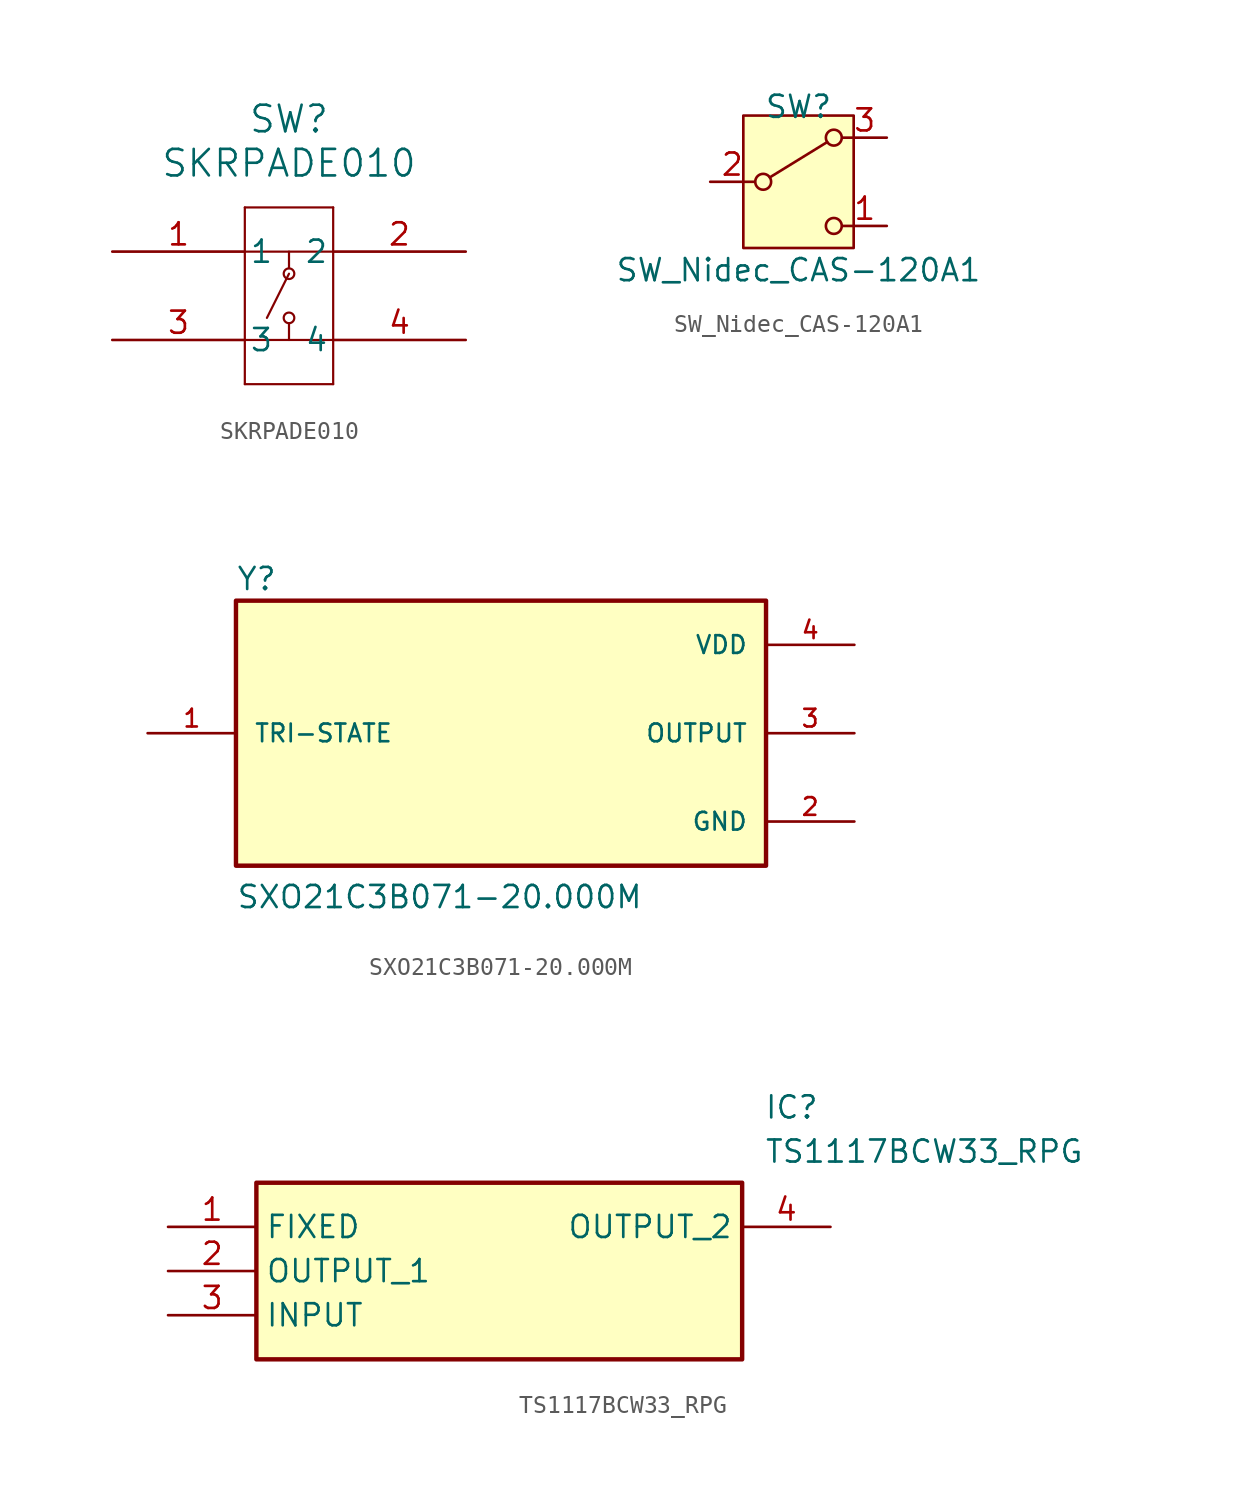
<source format=kicad_sym>
(kicad_symbol_lib
  (version 20220914)
  (generator kicad_symbol_editor)
  (symbol "SKRPADE010"
    (pin_names
      (offset 0.254))
    (property "Reference" "SW"
      (at 10.16 7.62 0)
      (effects (font (size 1.524 1.524))))
    (property "Value" "SKRPADE010"
      (at 10.16 5.08 0)
      (effects (font (size 1.524 1.524))))
    (property "ki_locked" ""
      (at 0 0 0)
      (effects (font (size 1.27 1.27))))
    (symbol "SKRPADE010_0_1"
      (polyline (pts (xy 7.62 -7.62) (xy 12.7 -7.62)) (stroke (width 0.127) (type default)) (fill (type none)))
      (polyline (pts (xy 7.62 -5.08) (xy 12.7 -5.08)) (stroke (width 0.127) (type default)) (fill (type none)))
      (polyline (pts (xy 7.62 0) (xy 12.7 0)) (stroke (width 0.127) (type default)) (fill (type none)))
      (polyline (pts (xy 7.62 2.54) (xy 7.62 -7.62)) (stroke (width 0.127) (type default)) (fill (type none)))
      (polyline (pts (xy 10.16 -4.115) (xy 10.16 -5.08)) (stroke (width 0.127) (type default)) (fill (type none)))
      (polyline (pts (xy 10.16 -1.27) (xy 8.89 -3.81)) (stroke (width 0.127) (type default)) (fill (type none)))
      (polyline (pts (xy 10.16 0) (xy 10.16 -0.953)) (stroke (width 0.127) (type default)) (fill (type none)))
      (polyline (pts (xy 12.7 -7.62) (xy 12.7 2.54)) (stroke (width 0.127) (type default)) (fill (type none)))
      (polyline (pts (xy 12.7 2.54) (xy 7.62 2.54)) (stroke (width 0.127) (type default)) (fill (type none)))
      (circle (center 10.16 -3.81) (radius 0.305) (stroke (width 0.127) (type default)) (fill (type none)))
      (circle (center 10.16 -1.27) (radius 0.305) (stroke (width 0.127) (type default)) (fill (type none)))
      (pin unspecified line (at 0 0 0) (length 7.62) (name "1" (effects (font (size 1.27 1.27)))) (number "1" (effects (font (size 1.27 1.27)))))
      (pin unspecified line (at 20.32 0 180) (length 7.62) (name "2" (effects (font (size 1.27 1.27)))) (number "2" (effects (font (size 1.27 1.27)))))
      (pin unspecified line (at 0 -5.08 0) (length 7.62) (name "3" (effects (font (size 1.27 1.27)))) (number "3" (effects (font (size 1.27 1.27)))))
      (pin unspecified line (at 20.32 -5.08 180) (length 7.62) (name "4" (effects (font (size 1.27 1.27)))) (number "4" (effects (font (size 1.27 1.27)))))))
  (symbol "SW_Nidec_CAS-120A1"
    (pin_names
      (offset 1) hide)
    (property "Reference" "SW"
      (at 0 4.318 0)
      (effects (font (size 1.27 1.27))))
    (property "Value" "SW_Nidec_CAS-120A1"
      (at 0 -5.08 0)
      (effects (font (size 1.27 1.27))))
    (symbol "SW_Nidec_CAS-120A1_0_1"
      (circle (center -2.032 0) (radius 0.457) (stroke (width 0) (type default)) (fill (type none)))
      (polyline (pts (xy -1.651 0.254) (xy 1.651 2.286)) (stroke (width 0) (type default)) (fill (type none)))
      (circle (center 2.032 -2.54) (radius 0.457) (stroke (width 0) (type default)) (fill (type none)))
      (circle (center 2.032 2.54) (radius 0.457) (stroke (width 0) (type default)) (fill (type none))))
    (symbol "SW_Nidec_CAS-120A1_1_1"
      (rectangle (start -3.175 3.81) (end 3.175 -3.81) (stroke (width 0) (type default)) (fill (type background)))
      (pin passive line (at 5.08 -2.54 180) (length 2.54) (name "C" (effects (font (size 1.27 1.27)))) (number "1" (effects (font (size 1.27 1.27)))))
      (pin passive line (at -5.08 0 0) (length 2.54) (name "B" (effects (font (size 1.27 1.27)))) (number "2" (effects (font (size 1.27 1.27)))))
      (pin passive line (at 5.08 2.54 180) (length 2.54) (name "A" (effects (font (size 1.27 1.27)))) (number "3" (effects (font (size 1.27 1.27)))))))
  (symbol "SXO21C3B071-20.000M"
    (pin_names
      (offset 1.016))
    (property "Reference" "Y"
      (at -15.24 8.128 0)
      (effects (font (size 1.27 1.27)) (justify left bottom)))
    (property "Value" "SXO21C3B071-20.000M"
      (at -15.24 -10.16 0)
      (effects (font (size 1.27 1.27)) (justify left bottom)))
    (symbol "SXO21C3B071-20.000M_0_0"
      (rectangle (start -15.24 -7.62) (end 15.24 7.62) (stroke (width 0.254) (type default)) (fill (type background)))
      (pin input line (at -20.32 0 0) (length 5.08) (name "TRI-STATE" (effects (font (size 1.016 1.016)))) (number "1" (effects (font (size 1.016 1.016)))))
      (pin power_in line (at 20.32 -5.08 180) (length 5.08) (name "GND" (effects (font (size 1.016 1.016)))) (number "2" (effects (font (size 1.016 1.016)))))
      (pin output line (at 20.32 0 180) (length 5.08) (name "OUTPUT" (effects (font (size 1.016 1.016)))) (number "3" (effects (font (size 1.016 1.016)))))
      (pin power_in line (at 20.32 5.08 180) (length 5.08) (name "VDD" (effects (font (size 1.016 1.016)))) (number "4" (effects (font (size 1.016 1.016)))))))
  (symbol "TS1117BCW33_RPG"
    (property "Reference" "IC"
      (at 34.29 7.62 0)
      (effects (font (size 1.27 1.27)) (justify left top)))
    (property "Value" "TS1117BCW33_RPG"
      (at 34.29 5.08 0)
      (effects (font (size 1.27 1.27)) (justify left top)))
    (symbol "TS1117BCW33_RPG_1_1"
      (rectangle (start 5.08 2.54) (end 33.02 -7.62) (stroke (width 0.254) (type default)) (fill (type background)))
      (pin passive line (at 0 0 0) (length 5.08) (name "FIXED" (effects (font (size 1.27 1.27)))) (number "1" (effects (font (size 1.27 1.27)))))
      (pin passive line (at 0 -2.54 0) (length 5.08) (name "OUTPUT_1" (effects (font (size 1.27 1.27)))) (number "2" (effects (font (size 1.27 1.27)))))
      (pin passive line (at 0 -5.08 0) (length 5.08) (name "INPUT" (effects (font (size 1.27 1.27)))) (number "3" (effects (font (size 1.27 1.27)))))
      (pin passive line (at 38.1 0 180) (length 5.08) (name "OUTPUT_2" (effects (font (size 1.27 1.27)))) (number "4" (effects (font (size 1.27 1.27))))))))
</source>
